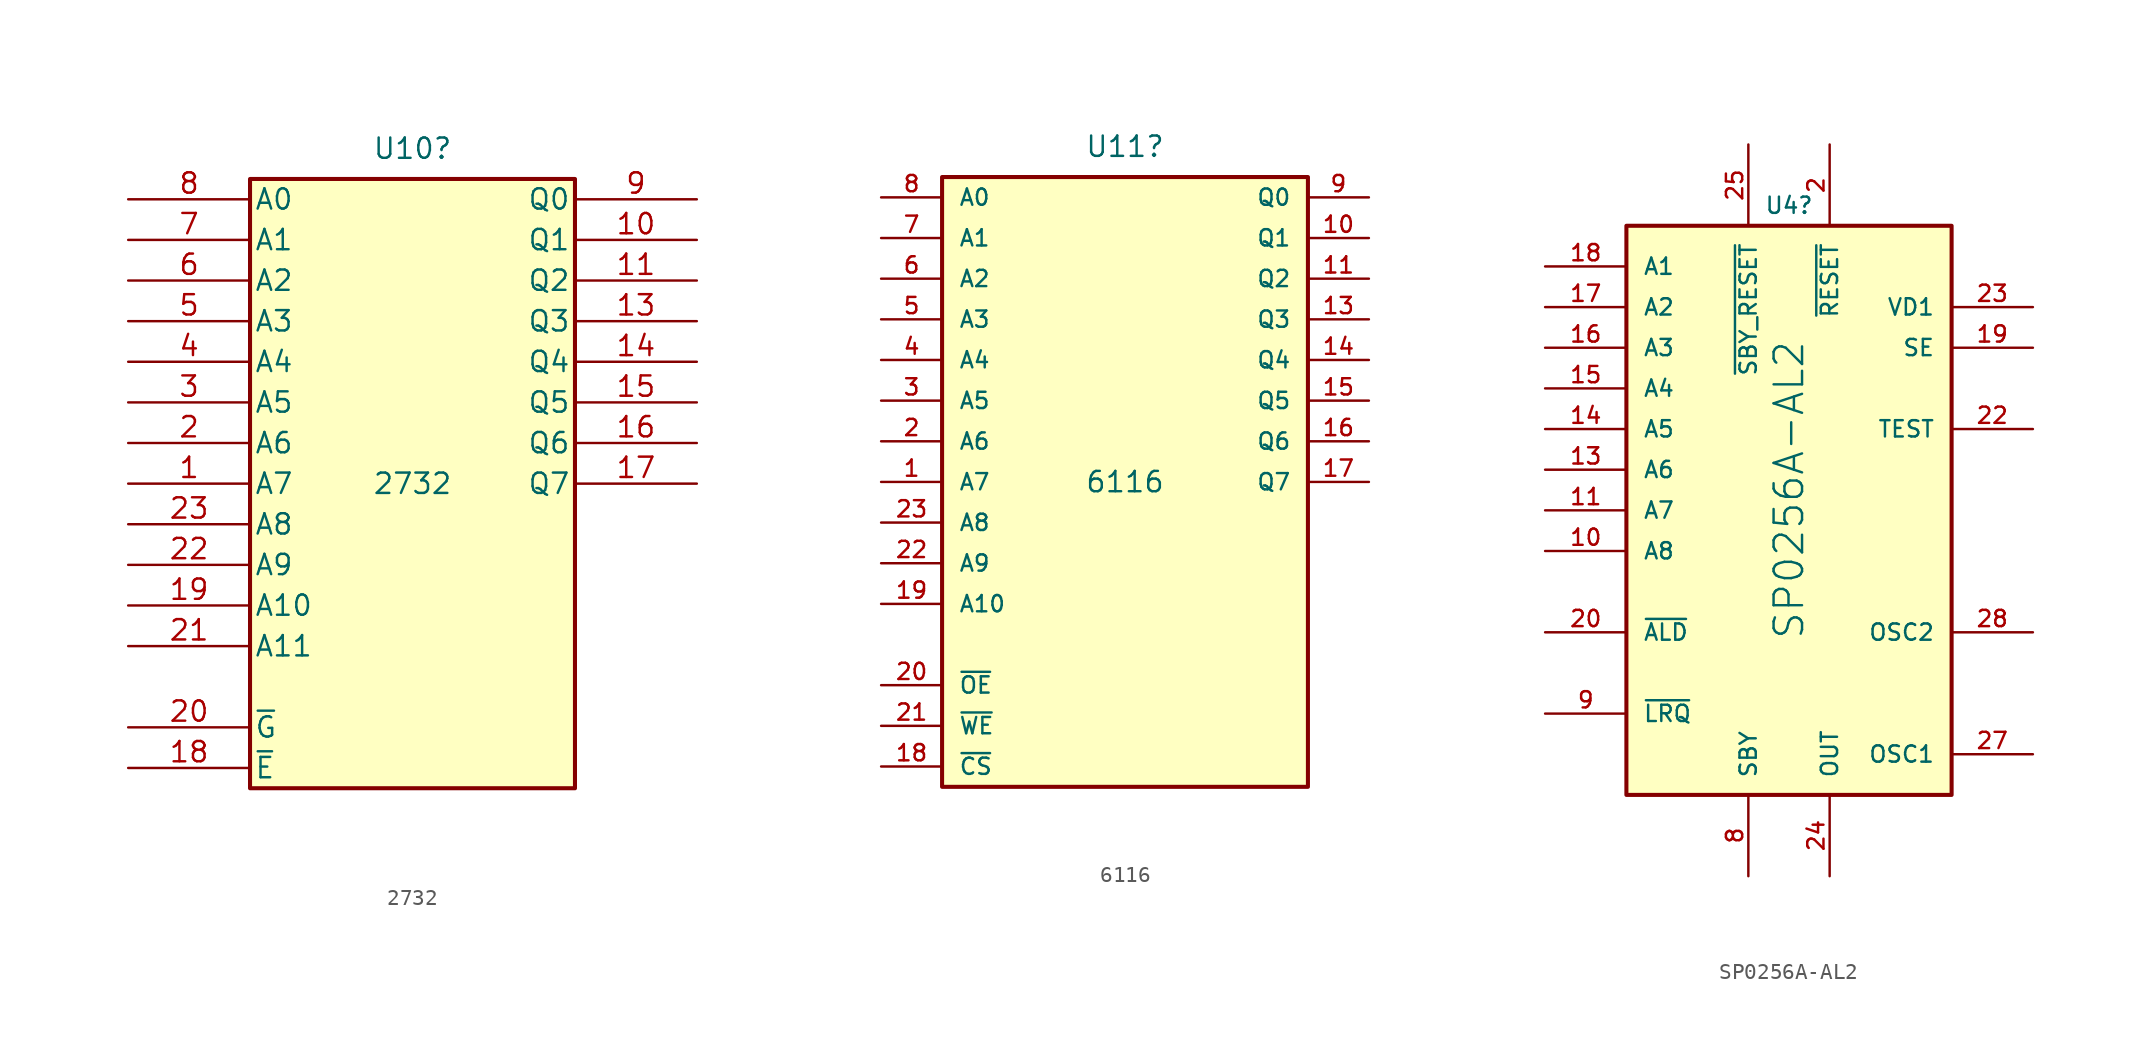
<source format=kicad_sym>
(kicad_symbol_lib
  (version 20211014)
  (generator kicad_symbol_editor)
  (symbol "2732"
    (pin_names
      (offset 0.254))
    (property "Reference" "U10"
      (at 0 20.955 0)
      (effects (font (size 1.27 1.27))))
    (property "Value" "2732"
      (at 0 0 0)
      (effects (font (size 1.27 1.27))))
    (property "Datasheet" ""
      (at 0 0 0)
      (effects (font (size 1.27 1.27))))
    (symbol "2732_0_0"
      (pin power_in line (at 0 -20.32 90) (length 1.27) hide (name "GND" (effects (font (size 1.27 1.27)))) (number "12" (effects (font (size 1.27 1.27)))))
      (pin power_in line (at 0 19.05 270) (length 0) hide (name "VCC" (effects (font (size 1.27 1.27)))) (number "24" (effects (font (size 1.27 1.27))))))
    (symbol "2732_0_1"
      (rectangle (start -10.16 19.05) (end 10.16 -19.05) (stroke (width 0.254) (type default) (color 0 0 0 0)) (fill (type background))))
    (symbol "2732_1_1"
      (pin input line (at -17.78 0 0) (length 7.62) (name "A7" (effects (font (size 1.27 1.27)))) (number "1" (effects (font (size 1.27 1.27)))))
      (pin tri_state line (at 17.78 15.24 180) (length 7.62) (name "Q1" (effects (font (size 1.27 1.27)))) (number "10" (effects (font (size 1.27 1.27)))))
      (pin tri_state line (at 17.78 12.7 180) (length 7.62) (name "Q2" (effects (font (size 1.27 1.27)))) (number "11" (effects (font (size 1.27 1.27)))))
      (pin tri_state line (at 17.78 10.16 180) (length 7.62) (name "Q3" (effects (font (size 1.27 1.27)))) (number "13" (effects (font (size 1.27 1.27)))))
      (pin tri_state line (at 17.78 7.62 180) (length 7.62) (name "Q4" (effects (font (size 1.27 1.27)))) (number "14" (effects (font (size 1.27 1.27)))))
      (pin tri_state line (at 17.78 5.08 180) (length 7.62) (name "Q5" (effects (font (size 1.27 1.27)))) (number "15" (effects (font (size 1.27 1.27)))))
      (pin tri_state line (at 17.78 2.54 180) (length 7.62) (name "Q6" (effects (font (size 1.27 1.27)))) (number "16" (effects (font (size 1.27 1.27)))))
      (pin tri_state line (at 17.78 0 180) (length 7.62) (name "Q7" (effects (font (size 1.27 1.27)))) (number "17" (effects (font (size 1.27 1.27)))))
      (pin input line (at -17.78 -17.78 0) (length 7.62) (name "~{E}" (effects (font (size 1.27 1.27)))) (number "18" (effects (font (size 1.27 1.27)))))
      (pin input line (at -17.78 -7.62 0) (length 7.62) (name "A10" (effects (font (size 1.27 1.27)))) (number "19" (effects (font (size 1.27 1.27)))))
      (pin input line (at -17.78 2.54 0) (length 7.62) (name "A6" (effects (font (size 1.27 1.27)))) (number "2" (effects (font (size 1.27 1.27)))))
      (pin input line (at -17.78 -15.24 0) (length 7.62) (name "~{G}" (effects (font (size 1.27 1.27)))) (number "20" (effects (font (size 1.27 1.27)))))
      (pin input line (at -17.78 -10.16 0) (length 7.62) (name "A11" (effects (font (size 1.27 1.27)))) (number "21" (effects (font (size 1.27 1.27)))))
      (pin input line (at -17.78 -5.08 0) (length 7.62) (name "A9" (effects (font (size 1.27 1.27)))) (number "22" (effects (font (size 1.27 1.27)))))
      (pin input line (at -17.78 -2.54 0) (length 7.62) (name "A8" (effects (font (size 1.27 1.27)))) (number "23" (effects (font (size 1.27 1.27)))))
      (pin input line (at -17.78 5.08 0) (length 7.62) (name "A5" (effects (font (size 1.27 1.27)))) (number "3" (effects (font (size 1.27 1.27)))))
      (pin input line (at -17.78 7.62 0) (length 7.62) (name "A4" (effects (font (size 1.27 1.27)))) (number "4" (effects (font (size 1.27 1.27)))))
      (pin input line (at -17.78 10.16 0) (length 7.62) (name "A3" (effects (font (size 1.27 1.27)))) (number "5" (effects (font (size 1.27 1.27)))))
      (pin input line (at -17.78 12.7 0) (length 7.62) (name "A2" (effects (font (size 1.27 1.27)))) (number "6" (effects (font (size 1.27 1.27)))))
      (pin input line (at -17.78 15.24 0) (length 7.62) (name "A1" (effects (font (size 1.27 1.27)))) (number "7" (effects (font (size 1.27 1.27)))))
      (pin input line (at -17.78 17.78 0) (length 7.62) (name "A0" (effects (font (size 1.27 1.27)))) (number "8" (effects (font (size 1.27 1.27)))))
      (pin tri_state line (at 17.78 17.78 180) (length 7.62) (name "Q0" (effects (font (size 1.27 1.27)))) (number "9" (effects (font (size 1.27 1.27)))))))
  (symbol "6116"
    (pin_names
      (offset 1.016))
    (property "Reference" "U11"
      (at 0 20.955 0)
      (effects (font (size 1.27 1.27))))
    (property "Value" "6116"
      (at 0 0 0)
      (effects (font (size 1.27 1.27))))
    (property "Datasheet" ""
      (at 0 0 0)
      (effects (font (size 1.27 1.27))))
    (symbol "6116_0_0"
      (pin power_in line (at 0 -19.05 90) (length 0) hide (name "GND" (effects (font (size 1.016 1.016)))) (number "12" (effects (font (size 1.016 1.016)))))
      (pin power_in line (at 0 19.05 270) (length 0) hide (name "VCC" (effects (font (size 1.016 1.016)))) (number "24" (effects (font (size 1.016 1.016))))))
    (symbol "6116_0_1"
      (rectangle (start -11.43 19.05) (end 11.43 -19.05) (stroke (width 0.254) (type default) (color 0 0 0 0)) (fill (type background))))
    (symbol "6116_1_1"
      (pin input line (at -15.24 0 0) (length 3.81) (name "A7" (effects (font (size 1.016 1.016)))) (number "1" (effects (font (size 1.016 1.016)))))
      (pin tri_state line (at 15.24 15.24 180) (length 3.81) (name "Q1" (effects (font (size 1.016 1.016)))) (number "10" (effects (font (size 1.016 1.016)))))
      (pin tri_state line (at 15.24 12.7 180) (length 3.81) (name "Q2" (effects (font (size 1.016 1.016)))) (number "11" (effects (font (size 1.016 1.016)))))
      (pin tri_state line (at 15.24 10.16 180) (length 3.81) (name "Q3" (effects (font (size 1.016 1.016)))) (number "13" (effects (font (size 1.016 1.016)))))
      (pin tri_state line (at 15.24 7.62 180) (length 3.81) (name "Q4" (effects (font (size 1.016 1.016)))) (number "14" (effects (font (size 1.016 1.016)))))
      (pin tri_state line (at 15.24 5.08 180) (length 3.81) (name "Q5" (effects (font (size 1.016 1.016)))) (number "15" (effects (font (size 1.016 1.016)))))
      (pin tri_state line (at 15.24 2.54 180) (length 3.81) (name "Q6" (effects (font (size 1.016 1.016)))) (number "16" (effects (font (size 1.016 1.016)))))
      (pin tri_state line (at 15.24 0 180) (length 3.81) (name "Q7" (effects (font (size 1.016 1.016)))) (number "17" (effects (font (size 1.016 1.016)))))
      (pin input line (at -15.24 -17.78 0) (length 3.81) (name "~{CS}" (effects (font (size 1.016 1.016)))) (number "18" (effects (font (size 1.016 1.016)))))
      (pin input line (at -15.24 -7.62 0) (length 3.81) (name "A10" (effects (font (size 1.016 1.016)))) (number "19" (effects (font (size 1.016 1.016)))))
      (pin input line (at -15.24 2.54 0) (length 3.81) (name "A6" (effects (font (size 1.016 1.016)))) (number "2" (effects (font (size 1.016 1.016)))))
      (pin input line (at -15.24 -12.7 0) (length 3.81) (name "~{OE}" (effects (font (size 1.016 1.016)))) (number "20" (effects (font (size 1.016 1.016)))))
      (pin input line (at -15.24 -15.24 0) (length 3.81) (name "~{WE}" (effects (font (size 1.016 1.016)))) (number "21" (effects (font (size 1.016 1.016)))))
      (pin input line (at -15.24 -5.08 0) (length 3.81) (name "A9" (effects (font (size 1.016 1.016)))) (number "22" (effects (font (size 1.016 1.016)))))
      (pin input line (at -15.24 -2.54 0) (length 3.81) (name "A8" (effects (font (size 1.016 1.016)))) (number "23" (effects (font (size 1.016 1.016)))))
      (pin input line (at -15.24 5.08 0) (length 3.81) (name "A5" (effects (font (size 1.016 1.016)))) (number "3" (effects (font (size 1.016 1.016)))))
      (pin input line (at -15.24 7.62 0) (length 3.81) (name "A4" (effects (font (size 1.016 1.016)))) (number "4" (effects (font (size 1.016 1.016)))))
      (pin input line (at -15.24 10.16 0) (length 3.81) (name "A3" (effects (font (size 1.016 1.016)))) (number "5" (effects (font (size 1.016 1.016)))))
      (pin input line (at -15.24 12.7 0) (length 3.81) (name "A2" (effects (font (size 1.016 1.016)))) (number "6" (effects (font (size 1.016 1.016)))))
      (pin input line (at -15.24 15.24 0) (length 3.81) (name "A1" (effects (font (size 1.016 1.016)))) (number "7" (effects (font (size 1.016 1.016)))))
      (pin input line (at -15.24 17.78 0) (length 3.81) (name "A0" (effects (font (size 1.016 1.016)))) (number "8" (effects (font (size 1.016 1.016)))))
      (pin tri_state line (at 15.24 17.78 180) (length 3.81) (name "Q0" (effects (font (size 1.016 1.016)))) (number "9" (effects (font (size 1.016 1.016)))))))
  (symbol "SP0256A-AL2"
    (pin_names
      (offset 1.016))
    (property "Reference" "U4"
      (at 0 19.05 0)
      (effects (font (size 1.016 1.016))))
    (property "Value" "SP0256A-AL2"
      (at 0 1.27 90)
      (effects (font (size 1.778 1.778))))
    (property "Datasheet" ""
      (at 0 -5.08 0)
      (effects (font (size 1.524 1.524))))
    (symbol "SP0256A-AL2_0_0"
      (pin input line (at -15.24 -2.54 0) (length 5.08) (name "A8" (effects (font (size 1.016 1.016)))) (number "10" (effects (font (size 1.016 1.016)))))
      (pin input line (at -15.24 0 0) (length 5.08) (name "A7" (effects (font (size 1.016 1.016)))) (number "11" (effects (font (size 1.016 1.016)))))
      (pin passive line (at 15.24 10.16 180) (length 5.08) (name "SE" (effects (font (size 1.016 1.016)))) (number "19" (effects (font (size 1.016 1.016)))))
      (pin passive line (at 15.24 12.7 180) (length 5.08) (name "VD1" (effects (font (size 1.016 1.016)))) (number "23" (effects (font (size 1.016 1.016)))))
      (pin output line (at 2.54 -22.86 90) (length 5.08) (name "OUT" (effects (font (size 1.016 1.016)))) (number "24" (effects (font (size 1.016 1.016)))))
      (pin passive line (at 15.24 -15.24 180) (length 5.08) (name "OSC1" (effects (font (size 1.016 1.016)))) (number "27" (effects (font (size 1.016 1.016)))))
      (pin passive line (at 15.24 -7.62 180) (length 5.08) (name "OSC2" (effects (font (size 1.016 1.016)))) (number "28" (effects (font (size 1.016 1.016))))))
    (symbol "SP0256A-AL2_0_1"
      (rectangle (start -10.16 17.78) (end 10.16 -17.78) (stroke (width 0.254) (type default) (color 0 0 0 0)) (fill (type background))))
    (symbol "SP0256A-AL2_1_0"
      (pin power_in line (at 10.16 2.54 180) (length 0) hide (name "VSS" (effects (font (size 1.016 1.016)))) (number "1" (effects (font (size 1.016 1.016)))))
      (pin input line (at 2.54 22.86 270) (length 5.08) (name "~{RESET}" (effects (font (size 1.016 1.016)))) (number "2" (effects (font (size 1.016 1.016)))))
      (pin passive line (at 15.24 5.08 180) (length 5.08) (name "TEST" (effects (font (size 1.016 1.016)))) (number "22" (effects (font (size 1.016 1.016)))))
      (pin input line (at -2.54 22.86 270) (length 5.08) (name "~{SBY_RESET}" (effects (font (size 1.016 1.016)))) (number "25" (effects (font (size 1.016 1.016)))))
      (pin power_in line (at 10.16 15.24 180) (length 0) hide (name "VDD" (effects (font (size 1.016 1.016)))) (number "7" (effects (font (size 1.016 1.016)))))
      (pin passive line (at -2.54 -22.86 90) (length 5.08) (name "SBY" (effects (font (size 1.016 1.016)))) (number "8" (effects (font (size 1.016 1.016))))))
    (symbol "SP0256A-AL2_1_1"
      (pin input line (at -15.24 2.54 0) (length 5.08) (name "A6" (effects (font (size 1.016 1.016)))) (number "13" (effects (font (size 1.016 1.016)))))
      (pin input line (at -15.24 5.08 0) (length 5.08) (name "A5" (effects (font (size 1.016 1.016)))) (number "14" (effects (font (size 1.016 1.016)))))
      (pin input line (at -15.24 7.62 0) (length 5.08) (name "A4" (effects (font (size 1.016 1.016)))) (number "15" (effects (font (size 1.016 1.016)))))
      (pin input line (at -15.24 10.16 0) (length 5.08) (name "A3" (effects (font (size 1.016 1.016)))) (number "16" (effects (font (size 1.016 1.016)))))
      (pin input line (at -15.24 12.7 0) (length 5.08) (name "A2" (effects (font (size 1.016 1.016)))) (number "17" (effects (font (size 1.016 1.016)))))
      (pin input line (at -15.24 15.24 0) (length 5.08) (name "A1" (effects (font (size 1.016 1.016)))) (number "18" (effects (font (size 1.016 1.016)))))
      (pin input line (at -15.24 -7.62 0) (length 5.08) (name "~{ALD}" (effects (font (size 1.016 1.016)))) (number "20" (effects (font (size 1.016 1.016)))))
      (pin output line (at -15.24 -12.7 0) (length 5.08) (name "~{LRQ}" (effects (font (size 1.016 1.016)))) (number "9" (effects (font (size 1.016 1.016))))))))
</source>
